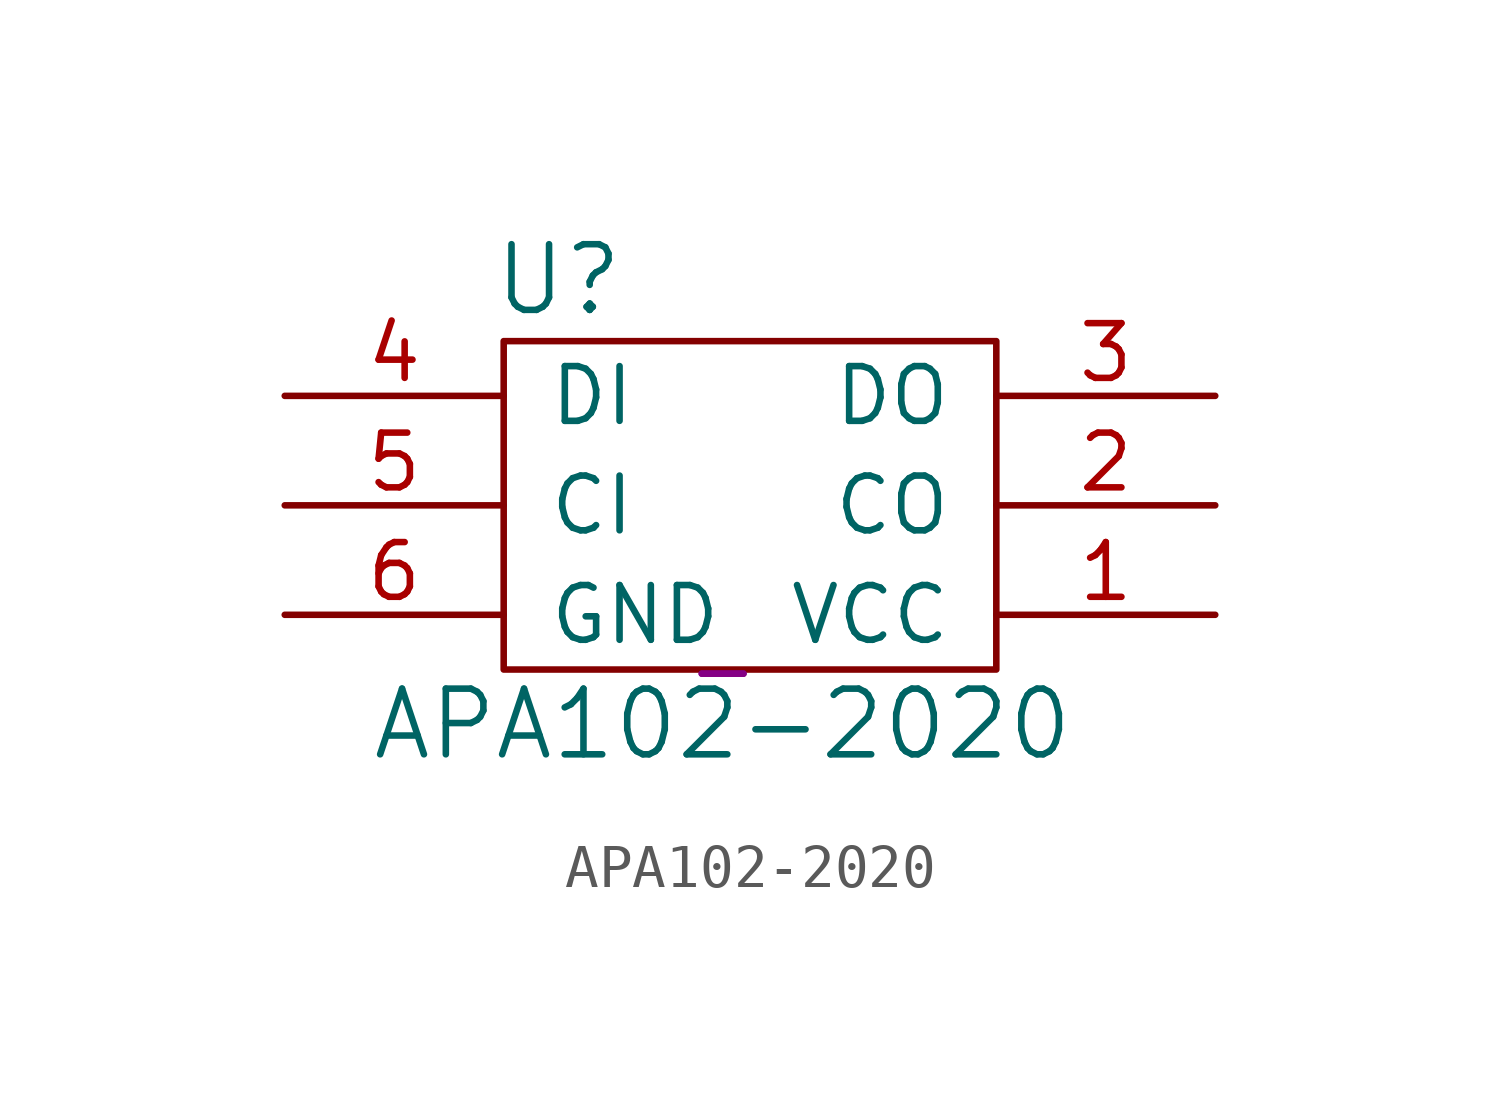
<source format=kicad_sym>
(kicad_symbol_lib
  (version 20211014)
  (generator kicad_symbol_editor)
  (symbol "APA102-2020"
    (pin_names
      (offset 1.016))
    (property "Reference" "U"
      (at -3.81 9.042 0)
      (effects (font (size 1.524 1.524))))
    (property "Value" "APA102-2020"
      (at 0 -1.27 0)
      (effects (font (size 1.524 1.524))))
    (property "Website" "-"
      (at 0 0 0)
      (effects (font (size 1.27 1.27))))
    (property "Description" "-"
      (at 0 0 0)
      (effects (font (size 1.27 1.27))))
    (symbol "APA102-2020_0_1"
      (rectangle (start 6.35 0) (end -5.08 7.62) (stroke (width 0) (type default) (color 0 0 0 0)) (fill (type none))))
    (symbol "APA102-2020_1_1"
      (pin power_in line (at 11.43 1.27 180) (length 5.08) (name "VCC" (effects (font (size 1.27 1.27)))) (number "1" (effects (font (size 1.27 1.27)))))
      (pin output line (at 11.43 3.81 180) (length 5.08) (name "CO" (effects (font (size 1.27 1.27)))) (number "2" (effects (font (size 1.27 1.27)))))
      (pin output line (at 11.43 6.35 180) (length 5.08) (name "DO" (effects (font (size 1.27 1.27)))) (number "3" (effects (font (size 1.27 1.27)))))
      (pin input line (at -10.16 6.35 0) (length 5.08) (name "DI" (effects (font (size 1.27 1.27)))) (number "4" (effects (font (size 1.27 1.27)))))
      (pin input line (at -10.16 3.81 0) (length 5.08) (name "CI" (effects (font (size 1.27 1.27)))) (number "5" (effects (font (size 1.27 1.27)))))
      (pin input line (at -10.16 1.27 0) (length 5.08) (name "GND" (effects (font (size 1.27 1.27)))) (number "6" (effects (font (size 1.27 1.27))))))))
</source>
